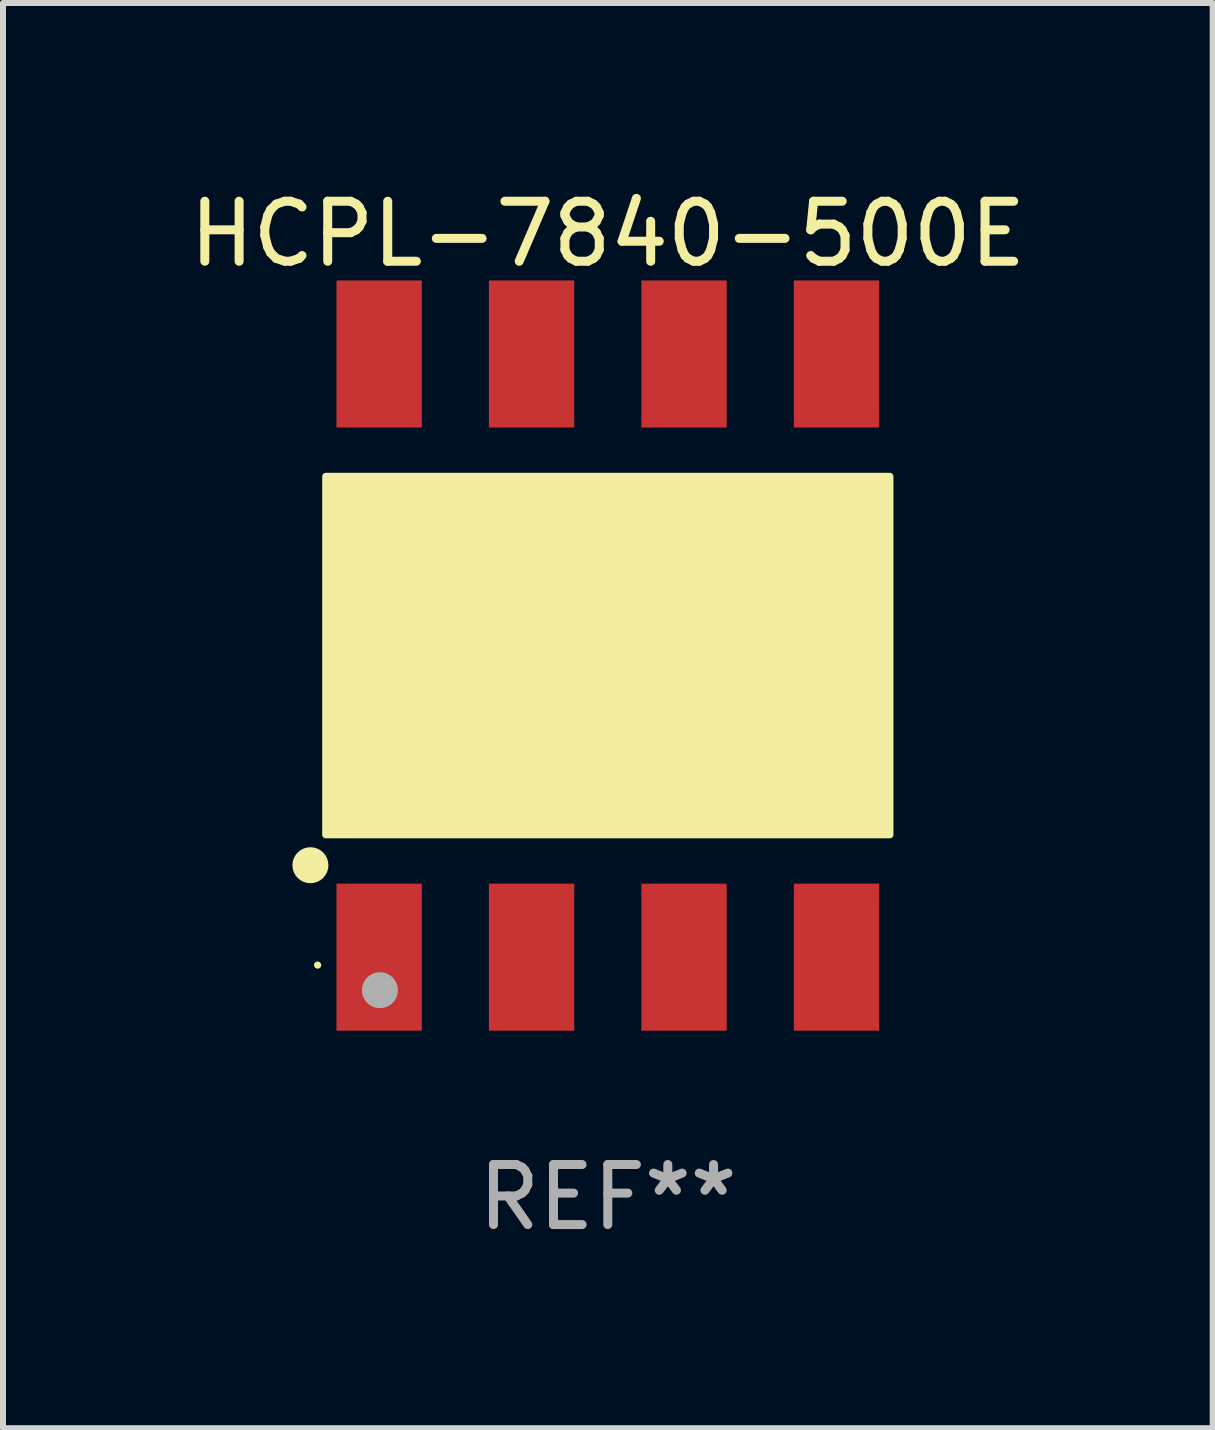
<source format=kicad_pcb>
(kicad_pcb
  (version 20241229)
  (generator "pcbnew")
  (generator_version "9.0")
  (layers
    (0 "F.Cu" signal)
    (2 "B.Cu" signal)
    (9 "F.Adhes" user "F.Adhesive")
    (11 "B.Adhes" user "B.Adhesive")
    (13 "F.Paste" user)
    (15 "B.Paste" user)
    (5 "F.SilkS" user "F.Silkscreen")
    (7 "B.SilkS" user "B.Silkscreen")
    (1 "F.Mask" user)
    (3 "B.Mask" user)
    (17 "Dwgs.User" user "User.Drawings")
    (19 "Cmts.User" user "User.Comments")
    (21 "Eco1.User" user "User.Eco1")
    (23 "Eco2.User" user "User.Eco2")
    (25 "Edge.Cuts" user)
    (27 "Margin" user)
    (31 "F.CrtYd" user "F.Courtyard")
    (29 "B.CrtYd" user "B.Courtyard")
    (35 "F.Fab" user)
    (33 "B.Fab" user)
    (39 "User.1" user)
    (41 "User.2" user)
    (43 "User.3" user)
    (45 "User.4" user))
  (footprint "HCPL-7840-500E"
    (layer "F.Cu")
    (at 7.077 7.873)
    (property "Reference" "HCPL-7840-500E" (at 0 -7.025 0) (layer "F.SilkS") (effects (font (size 1 1) (thickness 0.15))))
    (attr through_hole)
    (fp_circle (center -4.955 3.493) (end -4.805 3.493) (stroke (width 0.3) (type solid)) (fill no) (layer "F.SilkS"))
    (fp_circle (center -4.835 5.157) (end -4.805 5.157) (stroke (width 0.06) (type solid)) (fill no) (layer "F.SilkS"))
    (fp_poly (pts (xy -4.699 -2.985) (xy 4.699 -2.985) (xy 4.699 2.985) (xy -4.699 2.985)) (stroke (width 0.12) (type solid)) (fill yes) (layer "F.SilkS"))
    (fp_circle (center -3.797 5.575) (end -3.647 5.575) (stroke (width 0.3) (type solid)) (fill no) (layer "F.Fab"))
    (fp_text user "REF**" (at 0 9.025 0) (layer "F.Fab") (effects (font (size 1 1) (thickness 0.15))))
    (pad "1" smd rect (at -3.81 5.025) (size 1.422 2.45) (layers "F.Cu" "F.Mask" "F.Paste"))
    (pad "2" smd rect (at -1.27 5.025) (size 1.422 2.45) (layers "F.Cu" "F.Mask" "F.Paste"))
    (pad "3" smd rect (at 1.27 5.025) (size 1.422 2.45) (layers "F.Cu" "F.Mask" "F.Paste"))
    (pad "4" smd rect (at 3.81 5.025) (size 1.422 2.45) (layers "F.Cu" "F.Mask" "F.Paste"))
    (pad "5" smd rect (at 3.81 -5.025) (size 1.422 2.45) (layers "F.Cu" "F.Mask" "F.Paste"))
    (pad "6" smd rect (at 1.27 -5.025) (size 1.422 2.45) (layers "F.Cu" "F.Mask" "F.Paste"))
    (pad "7" smd rect (at -1.27 -5.025) (size 1.422 2.45) (layers "F.Cu" "F.Mask" "F.Paste"))
    (pad "8" smd rect (at -3.81 -5.025) (size 1.422 2.45) (layers "F.Cu" "F.Mask" "F.Paste")))
  (gr_rect
    (start -3 -3)
    (end 17.155 20.746)
    (stroke (width 0.1) (type default))
    (fill no)
    (layer "Edge.Cuts")))
</source>
